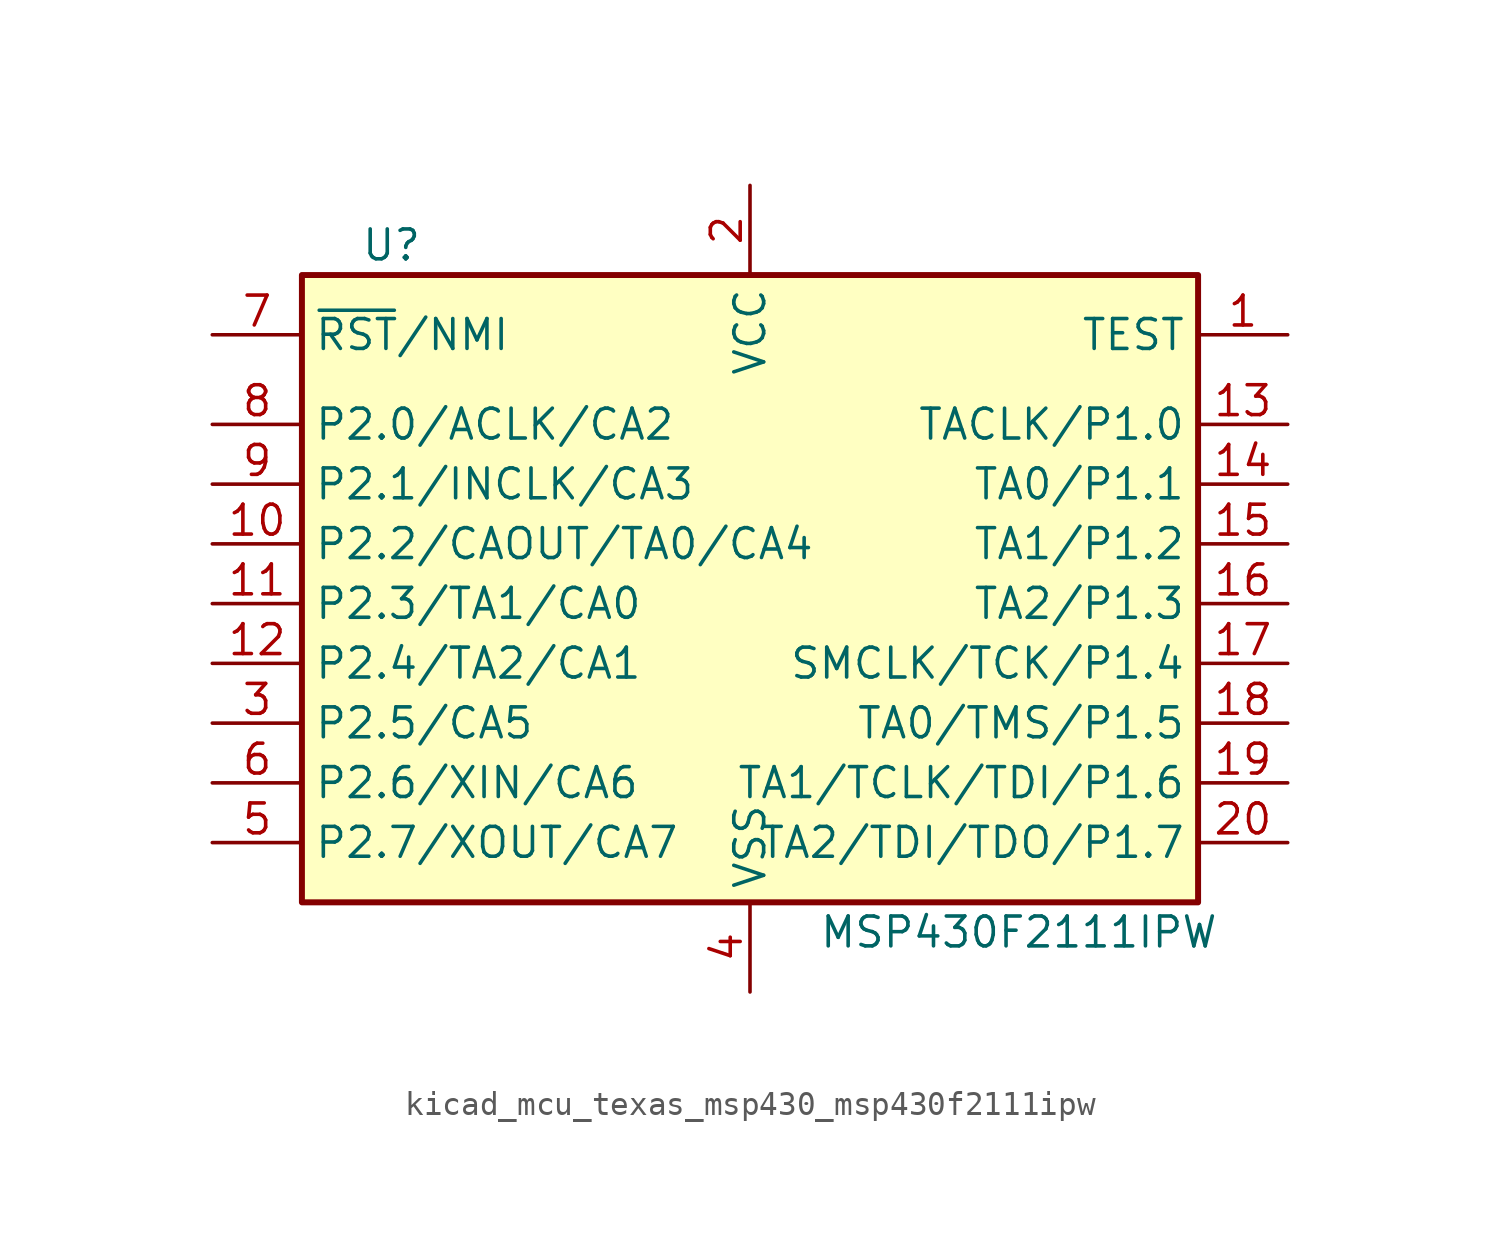
<source format=kicad_sym>
(kicad_symbol_lib
  (version 20220914)
  (generator kicad_symbol_editor)
  (symbol "kicad_mcu_texas_msp430_msp430f2111ipw"
    (property "Reference" "U"
      (at -15.24 15.24 0)
      (effects (font (size 1.27 1.27))))
    (property "Value" "MSP430F2111IPW"
      (at 11.43 -13.97 0)
      (effects (font (size 1.27 1.27))))
    (symbol "kicad_mcu_texas_msp430_msp430f2111ipw_0_1"
      (rectangle (start -19.05 13.97) (end 19.05 -12.7) (stroke (width 0.254) (type default)) (fill (type background))))
    (symbol "kicad_mcu_texas_msp430_msp430f2111ipw_1_1"
      (pin input line (at 22.86 11.43 180) (length 3.81) (name "TEST" (effects (font (size 1.27 1.27)))) (number "1" (effects (font (size 1.27 1.27)))))
      (pin bidirectional line (at -22.86 2.54 0) (length 3.81) (name "P2.2/CAOUT/TA0/CA4" (effects (font (size 1.27 1.27)))) (number "10" (effects (font (size 1.27 1.27)))))
      (pin bidirectional line (at -22.86 0 0) (length 3.81) (name "P2.3/TA1/CA0" (effects (font (size 1.27 1.27)))) (number "11" (effects (font (size 1.27 1.27)))))
      (pin bidirectional line (at -22.86 -2.54 0) (length 3.81) (name "P2.4/TA2/CA1" (effects (font (size 1.27 1.27)))) (number "12" (effects (font (size 1.27 1.27)))))
      (pin bidirectional line (at 22.86 7.62 180) (length 3.81) (name "TACLK/P1.0" (effects (font (size 1.27 1.27)))) (number "13" (effects (font (size 1.27 1.27)))))
      (pin bidirectional line (at 22.86 5.08 180) (length 3.81) (name "TA0/P1.1" (effects (font (size 1.27 1.27)))) (number "14" (effects (font (size 1.27 1.27)))))
      (pin bidirectional line (at 22.86 2.54 180) (length 3.81) (name "TA1/P1.2" (effects (font (size 1.27 1.27)))) (number "15" (effects (font (size 1.27 1.27)))))
      (pin bidirectional line (at 22.86 0 180) (length 3.81) (name "TA2/P1.3" (effects (font (size 1.27 1.27)))) (number "16" (effects (font (size 1.27 1.27)))))
      (pin bidirectional line (at 22.86 -2.54 180) (length 3.81) (name "SMCLK/TCK/P1.4" (effects (font (size 1.27 1.27)))) (number "17" (effects (font (size 1.27 1.27)))))
      (pin bidirectional line (at 22.86 -5.08 180) (length 3.81) (name "TA0/TMS/P1.5" (effects (font (size 1.27 1.27)))) (number "18" (effects (font (size 1.27 1.27)))))
      (pin bidirectional line (at 22.86 -7.62 180) (length 3.81) (name "TA1/TCLK/TDI/P1.6" (effects (font (size 1.27 1.27)))) (number "19" (effects (font (size 1.27 1.27)))))
      (pin power_in line (at 0 17.78 270) (length 3.81) (name "VCC" (effects (font (size 1.27 1.27)))) (number "2" (effects (font (size 1.27 1.27)))))
      (pin bidirectional line (at 22.86 -10.16 180) (length 3.81) (name "TA2/TDI/TDO/P1.7" (effects (font (size 1.27 1.27)))) (number "20" (effects (font (size 1.27 1.27)))))
      (pin bidirectional line (at -22.86 -5.08 0) (length 3.81) (name "P2.5/CA5" (effects (font (size 1.27 1.27)))) (number "3" (effects (font (size 1.27 1.27)))))
      (pin power_in line (at 0 -16.51 90) (length 3.81) (name "VSS" (effects (font (size 1.27 1.27)))) (number "4" (effects (font (size 1.27 1.27)))))
      (pin bidirectional line (at -22.86 -10.16 0) (length 3.81) (name "P2.7/XOUT/CA7" (effects (font (size 1.27 1.27)))) (number "5" (effects (font (size 1.27 1.27)))))
      (pin bidirectional line (at -22.86 -7.62 0) (length 3.81) (name "P2.6/XIN/CA6" (effects (font (size 1.27 1.27)))) (number "6" (effects (font (size 1.27 1.27)))))
      (pin input line (at -22.86 11.43 0) (length 3.81) (name "~{RST}/NMI" (effects (font (size 1.27 1.27)))) (number "7" (effects (font (size 1.27 1.27)))))
      (pin bidirectional line (at -22.86 7.62 0) (length 3.81) (name "P2.0/ACLK/CA2" (effects (font (size 1.27 1.27)))) (number "8" (effects (font (size 1.27 1.27)))))
      (pin bidirectional line (at -22.86 5.08 0) (length 3.81) (name "P2.1/INCLK/CA3" (effects (font (size 1.27 1.27)))) (number "9" (effects (font (size 1.27 1.27))))))))
</source>
